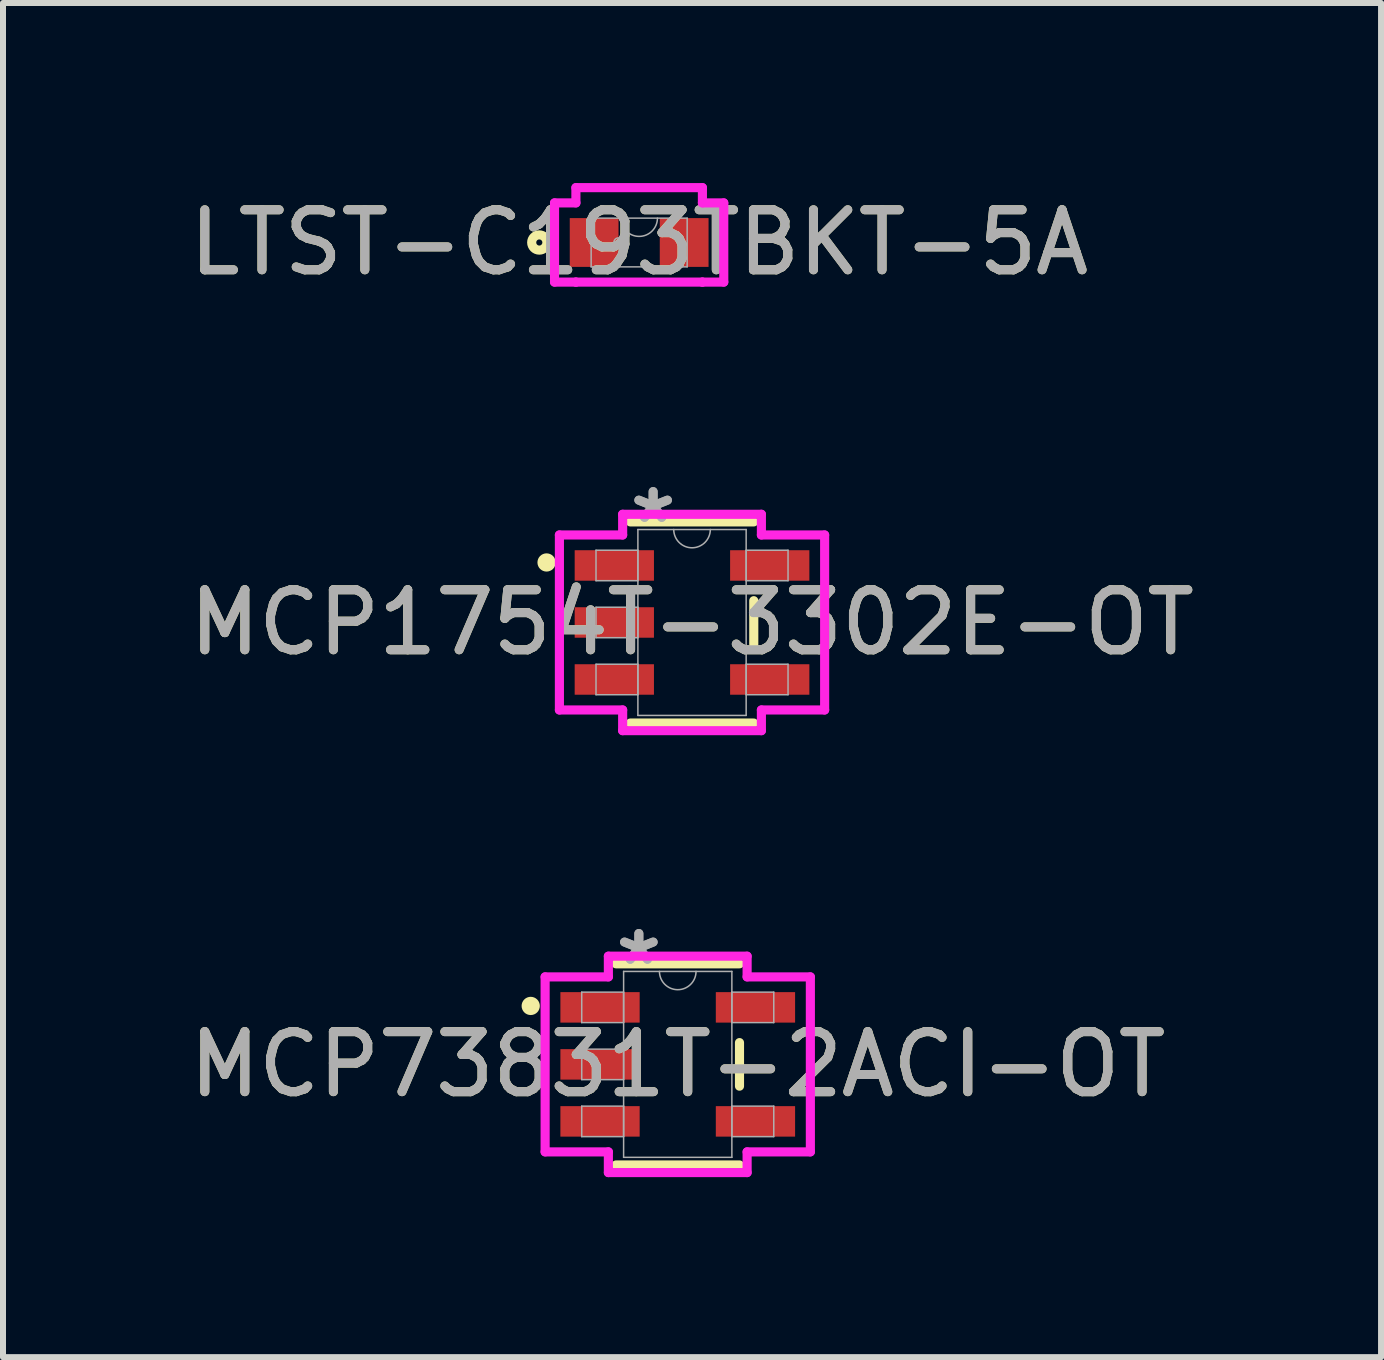
<source format=kicad_pcb>
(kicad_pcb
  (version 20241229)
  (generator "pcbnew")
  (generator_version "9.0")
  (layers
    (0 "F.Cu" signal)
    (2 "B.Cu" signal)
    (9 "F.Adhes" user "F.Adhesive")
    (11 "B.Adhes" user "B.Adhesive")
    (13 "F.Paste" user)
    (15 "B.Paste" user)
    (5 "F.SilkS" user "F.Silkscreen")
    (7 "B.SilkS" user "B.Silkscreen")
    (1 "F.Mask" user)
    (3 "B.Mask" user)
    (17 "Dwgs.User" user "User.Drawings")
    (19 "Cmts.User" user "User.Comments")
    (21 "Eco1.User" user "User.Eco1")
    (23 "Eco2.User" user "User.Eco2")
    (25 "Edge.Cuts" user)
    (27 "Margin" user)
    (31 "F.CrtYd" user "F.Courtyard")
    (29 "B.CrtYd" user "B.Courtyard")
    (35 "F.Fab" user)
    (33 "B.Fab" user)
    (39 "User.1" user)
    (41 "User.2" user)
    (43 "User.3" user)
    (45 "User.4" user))
  (footprint "MCP1754T-3302E-OT"
    (layer "F.Cu")
    (at 8.482 7.323)
    (property "Reference" "MCP1754T-3302E-OT" (at 0 0 0) (unlocked yes) (layer "F.SilkS") (effects (font (size 1 1) (thickness 0.15))))
    (attr smd)
    (fp_line (start -1.029 1.676) (end 1.029 1.676) (stroke (width 0.152) (type solid)) (layer "F.SilkS"))
    (fp_line (start 1.029 -1.676) (end -1.029 -1.676) (stroke (width 0.152) (type solid)) (layer "F.SilkS"))
    (fp_line (start 1.029 0.363) (end 1.029 -0.363) (stroke (width 0.152) (type solid)) (layer "F.SilkS"))
    (fp_circle (center -2.424 -1) (end -2.348 -1) (stroke (width 0.152) (type solid)) (fill no) (layer "F.SilkS"))
    (fp_line (start -2.21 -1.458) (end -1.156 -1.458) (stroke (width 0.152) (type solid)) (layer "F.CrtYd"))
    (fp_line (start -2.21 1.458) (end -2.21 -1.458) (stroke (width 0.152) (type solid)) (layer "F.CrtYd"))
    (fp_line (start -1.156 -1.803) (end 1.156 -1.803) (stroke (width 0.152) (type solid)) (layer "F.CrtYd"))
    (fp_line (start -1.156 -1.458) (end -1.156 -1.803) (stroke (width 0.152) (type solid)) (layer "F.CrtYd"))
    (fp_line (start -1.156 1.458) (end -2.21 1.458) (stroke (width 0.152) (type solid)) (layer "F.CrtYd"))
    (fp_line (start -1.156 1.803) (end -1.156 1.458) (stroke (width 0.152) (type solid)) (layer "F.CrtYd"))
    (fp_line (start 1.156 -1.803) (end 1.156 -1.458) (stroke (width 0.152) (type solid)) (layer "F.CrtYd"))
    (fp_line (start 1.156 -1.458) (end 2.21 -1.458) (stroke (width 0.152) (type solid)) (layer "F.CrtYd"))
    (fp_line (start 1.156 1.458) (end 1.156 1.803) (stroke (width 0.152) (type solid)) (layer "F.CrtYd"))
    (fp_line (start 1.156 1.803) (end -1.156 1.803) (stroke (width 0.152) (type solid)) (layer "F.CrtYd"))
    (fp_line (start 2.21 -1.458) (end 2.21 1.458) (stroke (width 0.152) (type solid)) (layer "F.CrtYd"))
    (fp_line (start 2.21 1.458) (end 1.156 1.458) (stroke (width 0.152) (type solid)) (layer "F.CrtYd"))
    (fp_line (start -1.6 -1.204) (end -1.6 -0.696) (stroke (width 0.025) (type solid)) (layer "F.Fab"))
    (fp_line (start -1.6 -0.696) (end -0.902 -0.696) (stroke (width 0.025) (type solid)) (layer "F.Fab"))
    (fp_line (start -1.6 -0.254) (end -1.6 0.254) (stroke (width 0.025) (type solid)) (layer "F.Fab"))
    (fp_line (start -1.6 0.254) (end -0.902 0.254) (stroke (width 0.025) (type solid)) (layer "F.Fab"))
    (fp_line (start -1.6 0.696) (end -1.6 1.204) (stroke (width 0.025) (type solid)) (layer "F.Fab"))
    (fp_line (start -1.6 1.204) (end -0.902 1.204) (stroke (width 0.025) (type solid)) (layer "F.Fab"))
    (fp_line (start -0.902 -1.549) (end -0.902 1.549) (stroke (width 0.025) (type solid)) (layer "F.Fab"))
    (fp_line (start -0.902 -1.204) (end -1.6 -1.204) (stroke (width 0.025) (type solid)) (layer "F.Fab"))
    (fp_line (start -0.902 -0.696) (end -0.902 -1.204) (stroke (width 0.025) (type solid)) (layer "F.Fab"))
    (fp_line (start -0.902 -0.254) (end -1.6 -0.254) (stroke (width 0.025) (type solid)) (layer "F.Fab"))
    (fp_line (start -0.902 0.254) (end -0.902 -0.254) (stroke (width 0.025) (type solid)) (layer "F.Fab"))
    (fp_line (start -0.902 0.696) (end -1.6 0.696) (stroke (width 0.025) (type solid)) (layer "F.Fab"))
    (fp_line (start -0.902 1.204) (end -0.902 0.696) (stroke (width 0.025) (type solid)) (layer "F.Fab"))
    (fp_line (start -0.902 1.549) (end 0.902 1.549) (stroke (width 0.025) (type solid)) (layer "F.Fab"))
    (fp_line (start 0.902 -1.549) (end -0.902 -1.549) (stroke (width 0.025) (type solid)) (layer "F.Fab"))
    (fp_line (start 0.902 -1.204) (end 0.902 -0.696) (stroke (width 0.025) (type solid)) (layer "F.Fab"))
    (fp_line (start 0.902 -0.696) (end 1.6 -0.696) (stroke (width 0.025) (type solid)) (layer "F.Fab"))
    (fp_line (start 0.902 0.696) (end 0.902 1.204) (stroke (width 0.025) (type solid)) (layer "F.Fab"))
    (fp_line (start 0.902 1.204) (end 1.6 1.204) (stroke (width 0.025) (type solid)) (layer "F.Fab"))
    (fp_line (start 0.902 1.549) (end 0.902 -1.549) (stroke (width 0.025) (type solid)) (layer "F.Fab"))
    (fp_line (start 1.6 -1.204) (end 0.902 -1.204) (stroke (width 0.025) (type solid)) (layer "F.Fab"))
    (fp_line (start 1.6 -0.696) (end 1.6 -1.204) (stroke (width 0.025) (type solid)) (layer "F.Fab"))
    (fp_line (start 1.6 0.696) (end 0.902 0.696) (stroke (width 0.025) (type solid)) (layer "F.Fab"))
    (fp_line (start 1.6 1.204) (end 1.6 0.696) (stroke (width 0.025) (type solid)) (layer "F.Fab"))
    (fp_arc (start 0.3048 -1.5494) (mid 0 -1.2446) (end -0.3048 -1.5494) (stroke (width 0.0254) (type solid)) (layer "F.Fab"))
    (fp_text user "${REFERENCE}" (at 0 0 0) (unlocked yes) (layer "F.Fab") (effects (font (size 1 1) (thickness 0.15))))
    (fp_text user "*" (at -0.648 -1.636 0) (layer "F.Fab") (effects (font (size 1 1) (thickness 0.15))))
    (fp_text user "*" (at -0.648 -1.636 0) (unlocked yes) (layer "F.Fab") (effects (font (size 1 1) (thickness 0.15))))
    (pad "1" smd rect (at -1.295 -0.95) (size 1.321 0.508) (layers "F.Cu" "F.Mask" "F.Paste"))
    (pad "2" smd rect (at -1.295 0) (size 1.321 0.508) (layers "F.Cu" "F.Mask" "F.Paste"))
    (pad "3" smd rect (at -1.295 0.95) (size 1.321 0.508) (layers "F.Cu" "F.Mask" "F.Paste"))
    (pad "4" smd rect (at 1.295 0.95) (size 1.321 0.508) (layers "F.Cu" "F.Mask" "F.Paste"))
    (pad "5" smd rect (at 1.295 -0.95) (size 1.321 0.508) (layers "F.Cu" "F.Mask" "F.Paste")))
  (footprint "LTST-C193TBKT-5A"
    (layer "F.Cu")
    (at 7.601 0.991)
    (property "Reference" "LTST-C193TBKT-5A" (at 0 0 0) (unlocked yes) (layer "F.SilkS") (effects (font (size 1 1) (thickness 0.15))))
    (attr smd)
    (fp_circle (center -1.664 0) (end -1.537 0) (stroke (width 0.152) (type solid)) (fill no) (layer "F.SilkS"))
    (fp_line (start -1.41 -0.66) (end -1.054 -0.66) (stroke (width 0.152) (type solid)) (layer "F.CrtYd"))
    (fp_line (start -1.41 0.66) (end -1.41 -0.66) (stroke (width 0.152) (type solid)) (layer "F.CrtYd"))
    (fp_line (start -1.41 0.66) (end -1.054 0.66) (stroke (width 0.152) (type solid)) (layer "F.CrtYd"))
    (fp_line (start -1.054 -0.914) (end 1.054 -0.914) (stroke (width 0.152) (type solid)) (layer "F.CrtYd"))
    (fp_line (start -1.054 -0.66) (end -1.054 -0.914) (stroke (width 0.152) (type solid)) (layer "F.CrtYd"))
    (fp_line (start -1.054 0.66) (end -1.054 0.66) (stroke (width 0.152) (type solid)) (layer "F.CrtYd"))
    (fp_line (start 1.054 -0.914) (end 1.054 -0.66) (stroke (width 0.152) (type solid)) (layer "F.CrtYd"))
    (fp_line (start 1.054 0.66) (end -1.054 0.66) (stroke (width 0.152) (type solid)) (layer "F.CrtYd"))
    (fp_line (start 1.054 0.66) (end 1.054 0.66) (stroke (width 0.152) (type solid)) (layer "F.CrtYd"))
    (fp_line (start 1.41 -0.66) (end 1.054 -0.66) (stroke (width 0.152) (type solid)) (layer "F.CrtYd"))
    (fp_line (start 1.41 -0.66) (end 1.41 0.66) (stroke (width 0.152) (type solid)) (layer "F.CrtYd"))
    (fp_line (start 1.41 0.66) (end 1.054 0.66) (stroke (width 0.152) (type solid)) (layer "F.CrtYd"))
    (fp_line (start -0.8 -0.406) (end -0.8 0.406) (stroke (width 0.025) (type solid)) (layer "F.Fab"))
    (fp_line (start -0.8 0.406) (end 0.8 0.406) (stroke (width 0.025) (type solid)) (layer "F.Fab"))
    (fp_line (start 0.8 -0.406) (end -0.8 -0.406) (stroke (width 0.025) (type solid)) (layer "F.Fab"))
    (fp_line (start 0.8 0.406) (end 0.8 -0.406) (stroke (width 0.025) (type solid)) (layer "F.Fab"))
    (fp_arc (start 0.3048 -0.4064) (mid 0 -0.1016) (end -0.3048 -0.4064) (stroke (width 0.0254) (type solid)) (layer "F.Fab"))
    (fp_circle (center -0.344 0) (end -0.267 0) (stroke (width 0.025) (type solid)) (fill no) (layer "F.Fab"))
    (fp_text user "${REFERENCE}" (at 0 0 0) (unlocked yes) (layer "F.Fab") (effects (font (size 1 1) (thickness 0.15))))
    (pad "1" smd rect (at -0.75 0) (size 0.813 0.813) (layers "F.Cu" "F.Mask" "F.Paste"))
    (pad "2" smd rect (at 0.75 0) (size 0.813 0.813) (layers "F.Cu" "F.Mask" "F.Paste")))
  (footprint "MCP73831T-2ACI-OT"
    (layer "F.Cu")
    (at 8.244 14.687)
    (property "Reference" "MCP73831T-2ACI-OT" (at 0 0 0) (unlocked yes) (layer "F.SilkS") (effects (font (size 1 1) (thickness 0.15))))
    (attr smd)
    (fp_line (start -1.029 1.676) (end 1.029 1.676) (stroke (width 0.152) (type solid)) (layer "F.SilkS"))
    (fp_line (start 1.029 -1.676) (end -1.029 -1.676) (stroke (width 0.152) (type solid)) (layer "F.SilkS"))
    (fp_line (start 1.029 0.363) (end 1.029 -0.363) (stroke (width 0.152) (type solid)) (layer "F.SilkS"))
    (fp_circle (center -2.45 -0.974) (end -2.374 -0.974) (stroke (width 0.152) (type solid)) (fill no) (layer "F.SilkS"))
    (fp_line (start -2.21 -1.458) (end -1.156 -1.458) (stroke (width 0.152) (type solid)) (layer "F.CrtYd"))
    (fp_line (start -2.21 1.458) (end -2.21 -1.458) (stroke (width 0.152) (type solid)) (layer "F.CrtYd"))
    (fp_line (start -1.156 -1.803) (end 1.156 -1.803) (stroke (width 0.152) (type solid)) (layer "F.CrtYd"))
    (fp_line (start -1.156 -1.458) (end -1.156 -1.803) (stroke (width 0.152) (type solid)) (layer "F.CrtYd"))
    (fp_line (start -1.156 1.458) (end -2.21 1.458) (stroke (width 0.152) (type solid)) (layer "F.CrtYd"))
    (fp_line (start -1.156 1.803) (end -1.156 1.458) (stroke (width 0.152) (type solid)) (layer "F.CrtYd"))
    (fp_line (start 1.156 -1.803) (end 1.156 -1.458) (stroke (width 0.152) (type solid)) (layer "F.CrtYd"))
    (fp_line (start 1.156 -1.458) (end 2.21 -1.458) (stroke (width 0.152) (type solid)) (layer "F.CrtYd"))
    (fp_line (start 1.156 1.458) (end 1.156 1.803) (stroke (width 0.152) (type solid)) (layer "F.CrtYd"))
    (fp_line (start 1.156 1.803) (end -1.156 1.803) (stroke (width 0.152) (type solid)) (layer "F.CrtYd"))
    (fp_line (start 2.21 -1.458) (end 2.21 1.458) (stroke (width 0.152) (type solid)) (layer "F.CrtYd"))
    (fp_line (start 2.21 1.458) (end 1.156 1.458) (stroke (width 0.152) (type solid)) (layer "F.CrtYd"))
    (fp_line (start -1.6 -1.204) (end -1.6 -0.696) (stroke (width 0.025) (type solid)) (layer "F.Fab"))
    (fp_line (start -1.6 -0.696) (end -0.902 -0.696) (stroke (width 0.025) (type solid)) (layer "F.Fab"))
    (fp_line (start -1.6 -0.254) (end -1.6 0.254) (stroke (width 0.025) (type solid)) (layer "F.Fab"))
    (fp_line (start -1.6 0.254) (end -0.902 0.254) (stroke (width 0.025) (type solid)) (layer "F.Fab"))
    (fp_line (start -1.6 0.696) (end -1.6 1.204) (stroke (width 0.025) (type solid)) (layer "F.Fab"))
    (fp_line (start -1.6 1.204) (end -0.902 1.204) (stroke (width 0.025) (type solid)) (layer "F.Fab"))
    (fp_line (start -0.902 -1.549) (end -0.902 1.549) (stroke (width 0.025) (type solid)) (layer "F.Fab"))
    (fp_line (start -0.902 -1.204) (end -1.6 -1.204) (stroke (width 0.025) (type solid)) (layer "F.Fab"))
    (fp_line (start -0.902 -0.696) (end -0.902 -1.204) (stroke (width 0.025) (type solid)) (layer "F.Fab"))
    (fp_line (start -0.902 -0.254) (end -1.6 -0.254) (stroke (width 0.025) (type solid)) (layer "F.Fab"))
    (fp_line (start -0.902 0.254) (end -0.902 -0.254) (stroke (width 0.025) (type solid)) (layer "F.Fab"))
    (fp_line (start -0.902 0.696) (end -1.6 0.696) (stroke (width 0.025) (type solid)) (layer "F.Fab"))
    (fp_line (start -0.902 1.204) (end -0.902 0.696) (stroke (width 0.025) (type solid)) (layer "F.Fab"))
    (fp_line (start -0.902 1.549) (end 0.902 1.549) (stroke (width 0.025) (type solid)) (layer "F.Fab"))
    (fp_line (start 0.902 -1.549) (end -0.902 -1.549) (stroke (width 0.025) (type solid)) (layer "F.Fab"))
    (fp_line (start 0.902 -1.204) (end 0.902 -0.696) (stroke (width 0.025) (type solid)) (layer "F.Fab"))
    (fp_line (start 0.902 -0.696) (end 1.6 -0.696) (stroke (width 0.025) (type solid)) (layer "F.Fab"))
    (fp_line (start 0.902 0.696) (end 0.902 1.204) (stroke (width 0.025) (type solid)) (layer "F.Fab"))
    (fp_line (start 0.902 1.204) (end 1.6 1.204) (stroke (width 0.025) (type solid)) (layer "F.Fab"))
    (fp_line (start 0.902 1.549) (end 0.902 -1.549) (stroke (width 0.025) (type solid)) (layer "F.Fab"))
    (fp_line (start 1.6 -1.204) (end 0.902 -1.204) (stroke (width 0.025) (type solid)) (layer "F.Fab"))
    (fp_line (start 1.6 -0.696) (end 1.6 -1.204) (stroke (width 0.025) (type solid)) (layer "F.Fab"))
    (fp_line (start 1.6 0.696) (end 0.902 0.696) (stroke (width 0.025) (type solid)) (layer "F.Fab"))
    (fp_line (start 1.6 1.204) (end 1.6 0.696) (stroke (width 0.025) (type solid)) (layer "F.Fab"))
    (fp_arc (start 0.3048 -1.5494) (mid 0 -1.2446) (end -0.3048 -1.5494) (stroke (width 0.0254) (type solid)) (layer "F.Fab"))
    (fp_text user "*" (at -0.648 -1.636 0) (unlocked yes) (layer "F.Fab") (effects (font (size 1 1) (thickness 0.15))))
    (fp_text user "${REFERENCE}" (at 0 0 0) (unlocked yes) (layer "F.Fab") (effects (font (size 1 1) (thickness 0.15))))
    (fp_text user "*" (at -0.648 -1.636 0) (layer "F.Fab") (effects (font (size 1 1) (thickness 0.15))))
    (pad "1" smd rect (at -1.295 -0.95) (size 1.321 0.508) (layers "F.Cu" "F.Mask" "F.Paste"))
    (pad "2" smd rect (at -1.295 0) (size 1.321 0.508) (layers "F.Cu" "F.Mask" "F.Paste"))
    (pad "3" smd rect (at -1.295 0.95) (size 1.321 0.508) (layers "F.Cu" "F.Mask" "F.Paste"))
    (pad "4" smd rect (at 1.295 0.95) (size 1.321 0.508) (layers "F.Cu" "F.Mask" "F.Paste"))
    (pad "5" smd rect (at 1.295 -0.95) (size 1.321 0.508) (layers "F.Cu" "F.Mask" "F.Paste")))
  (gr_rect
    (start -3 -3)
    (end 19.964 19.566)
    (stroke (width 0.1) (type default))
    (fill no)
    (layer "Edge.Cuts")))
</source>
